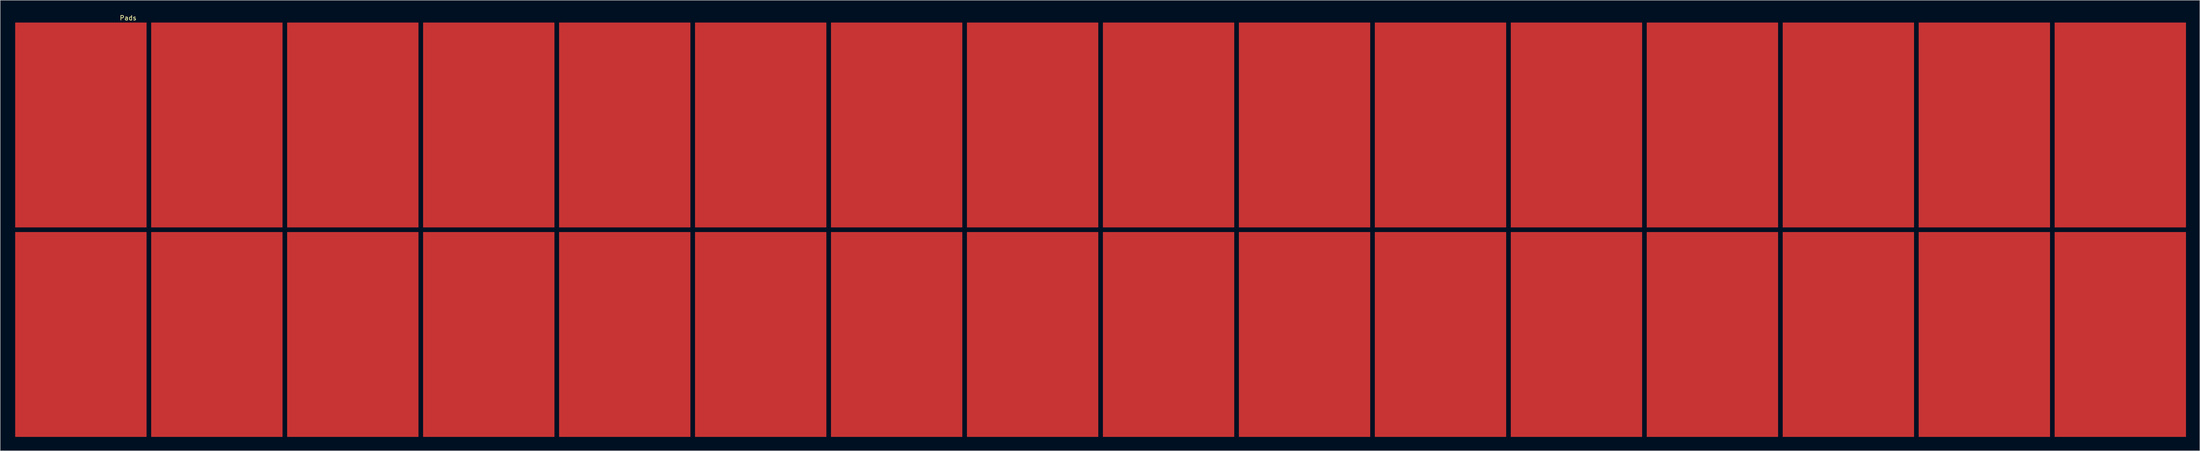
<source format=kicad_pcb>
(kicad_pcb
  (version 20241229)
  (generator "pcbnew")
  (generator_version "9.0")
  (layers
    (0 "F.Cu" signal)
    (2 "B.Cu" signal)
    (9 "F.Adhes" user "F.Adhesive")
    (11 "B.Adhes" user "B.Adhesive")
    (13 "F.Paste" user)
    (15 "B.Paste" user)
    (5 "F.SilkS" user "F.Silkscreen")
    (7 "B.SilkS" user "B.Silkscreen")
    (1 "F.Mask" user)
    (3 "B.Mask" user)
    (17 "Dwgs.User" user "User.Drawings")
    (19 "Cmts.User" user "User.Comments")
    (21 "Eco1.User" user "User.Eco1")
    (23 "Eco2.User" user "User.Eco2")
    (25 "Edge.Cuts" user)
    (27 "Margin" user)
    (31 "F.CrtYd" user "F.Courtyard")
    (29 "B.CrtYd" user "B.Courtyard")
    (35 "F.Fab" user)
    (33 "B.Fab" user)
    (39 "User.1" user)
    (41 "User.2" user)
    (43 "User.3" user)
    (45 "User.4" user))
  (footprint "Pads"
    (layer "F.Cu")
    (at 0.25 1.848)
    (property "Reference" "Pads" (at 24.5 -1 0) (layer "F.SilkS") (effects (font (size 1 1) (thickness 0.15))))
    (attr through_hole)
    (pad "1" connect rect (at 14.25 22.25) (size 28.5 44.5) (layers "F.Cu"))
    (pad "2" connect rect (at 14.25 67.75) (size 28.5 44.5) (layers "F.Cu"))
    (pad "3" connect rect (at 43.75 22.25) (size 28.5 44.5) (layers "F.Cu"))
    (pad "4" connect rect (at 43.75 67.75) (size 28.5 44.5) (layers "F.Cu"))
    (pad "5" connect rect (at 73.25 22.25) (size 28.5 44.5) (layers "F.Cu"))
    (pad "6" connect rect (at 73.25 67.75) (size 28.5 44.5) (layers "F.Cu"))
    (pad "7" connect rect (at 102.75 22.25) (size 28.5 44.5) (layers "F.Cu"))
    (pad "8" connect rect (at 102.75 67.75) (size 28.5 44.5) (layers "F.Cu"))
    (pad "9" connect rect (at 132.25 22.25) (size 28.5 44.5) (layers "F.Cu"))
    (pad "10" connect rect (at 132.25 67.75) (size 28.5 44.5) (layers "F.Cu"))
    (pad "11" connect rect (at 161.75 22.25) (size 28.5 44.5) (layers "F.Cu"))
    (pad "12" connect rect (at 161.75 67.75) (size 28.5 44.5) (layers "F.Cu"))
    (pad "13" connect rect (at 191.25 22.25) (size 28.5 44.5) (layers "F.Cu"))
    (pad "14" connect rect (at 191.25 67.75) (size 28.5 44.5) (layers "F.Cu"))
    (pad "15" connect rect (at 220.75 22.25) (size 28.5 44.5) (layers "F.Cu"))
    (pad "16" connect rect (at 220.75 67.75) (size 28.5 44.5) (layers "F.Cu"))
    (pad "17" connect rect (at 250.25 22.25) (size 28.5 44.5) (layers "F.Cu"))
    (pad "18" connect rect (at 250.25 67.75) (size 28.5 44.5) (layers "F.Cu"))
    (pad "19" connect rect (at 279.75 22.25) (size 28.5 44.5) (layers "F.Cu"))
    (pad "20" connect rect (at 279.75 67.75) (size 28.5 44.5) (layers "F.Cu"))
    (pad "21" connect rect (at 309.25 22.25) (size 28.5 44.5) (layers "F.Cu"))
    (pad "22" connect rect (at 309.25 67.75) (size 28.5 44.5) (layers "F.Cu"))
    (pad "23" connect rect (at 338.75 22.25) (size 28.5 44.5) (layers "F.Cu"))
    (pad "24" connect rect (at 338.75 67.75) (size 28.5 44.5) (layers "F.Cu"))
    (pad "25" connect rect (at 368.25 22.25) (size 28.5 44.5) (layers "F.Cu"))
    (pad "26" connect rect (at 368.25 67.75) (size 28.5 44.5) (layers "F.Cu"))
    (pad "27" connect rect (at 397.75 22.25) (size 28.5 44.5) (layers "F.Cu"))
    (pad "28" connect rect (at 397.75 67.75) (size 28.5 44.5) (layers "F.Cu"))
    (pad "29" connect rect (at 427.25 22.25) (size 28.5 44.5) (layers "F.Cu"))
    (pad "30" connect rect (at 427.25 67.75) (size 28.5 44.5) (layers "F.Cu"))
    (pad "31" connect rect (at 456.75 22.25) (size 28.5 44.5) (layers "F.Cu"))
    (pad "32" connect rect (at 456.75 67.75) (size 28.5 44.5) (layers "F.Cu")))
  (gr_rect
    (start -3 -3)
    (end 474.25 94.848)
    (stroke (width 0.1) (type default))
    (fill no)
    (layer "Edge.Cuts")))
</source>
